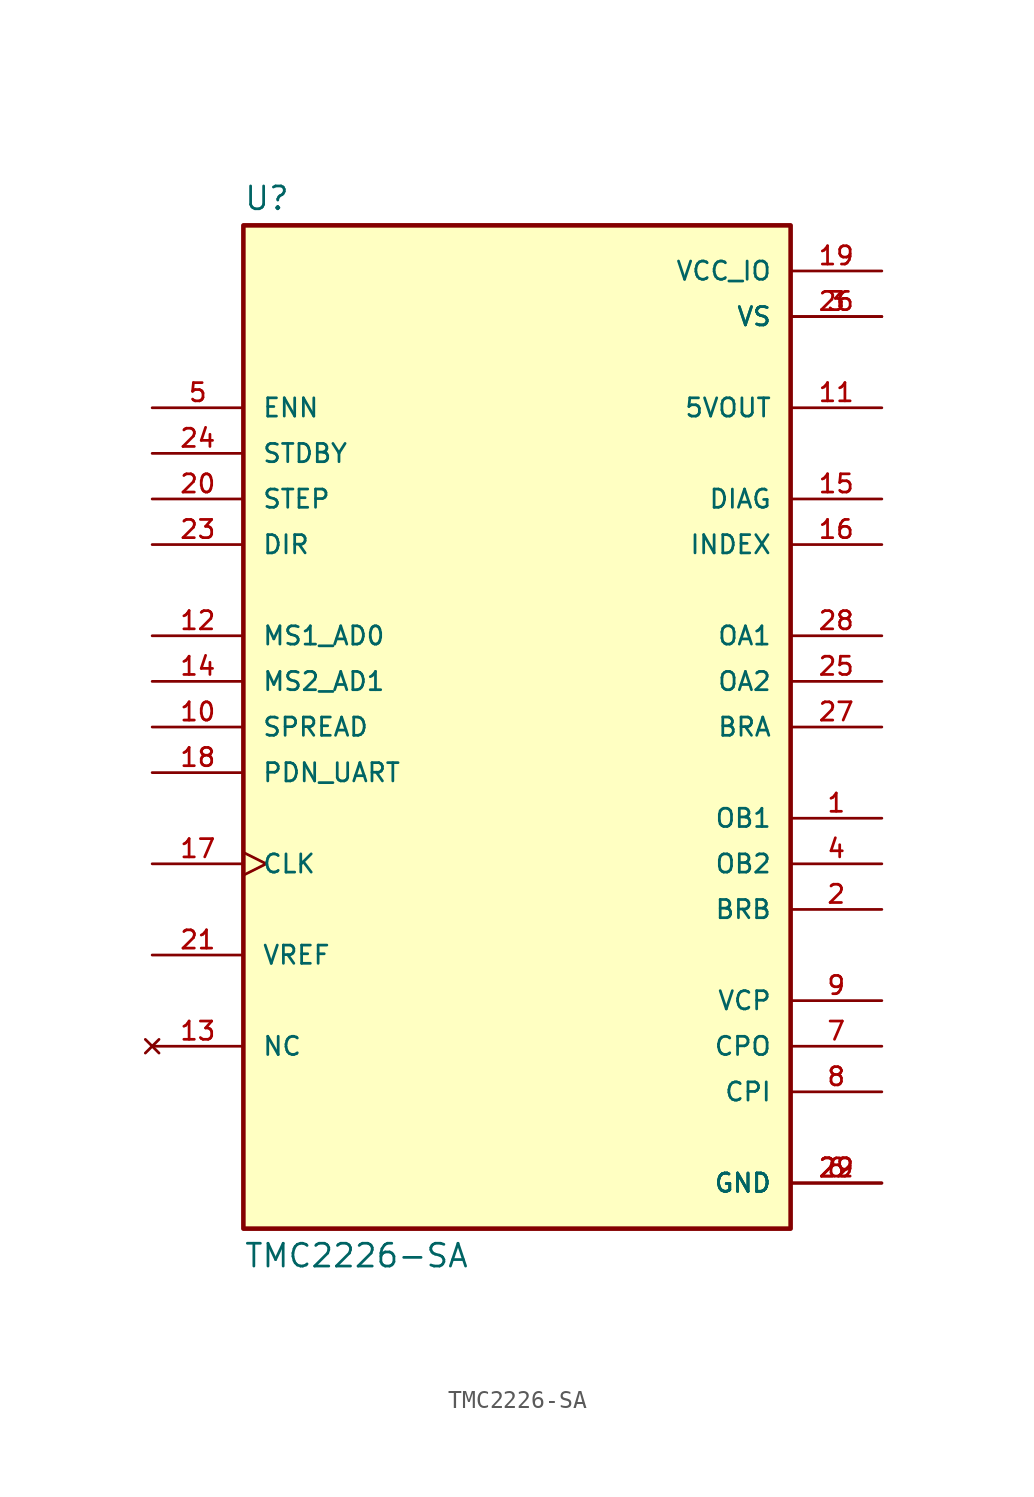
<source format=kicad_sym>
(kicad_symbol_lib
  (version 20211014)
  (generator kicad_symbol_editor)
  (symbol "TMC2226-SA"
    (pin_names
      (offset 1.016))
    (property "Reference" "U"
      (at -15.24 28.702 0)
      (effects (font (size 1.27 1.27)) (justify bottom left)))
    (property "Value" "TMC2226-SA"
      (at -15.24 -28.702 0)
      (effects (font (size 1.27 1.27)) (justify top left)))
    (symbol "TMC2226-SA_0_0"
      (rectangle (start -15.24 -27.94) (end 15.24 27.94) (stroke (width 0.254)) (fill (type background)))
      (pin power_in line (at 20.32 25.4 180.0) (length 5.08) (name "VCC_IO" (effects (font (size 1.016 1.016)))) (number "19" (effects (font (size 1.016 1.016)))))
      (pin power_in line (at 20.32 22.86 180.0) (length 5.08) (name "VS" (effects (font (size 1.016 1.016)))) (number "3" (effects (font (size 1.016 1.016)))))
      (pin power_in line (at 20.32 22.86 180.0) (length 5.08) (name "VS" (effects (font (size 1.016 1.016)))) (number "26" (effects (font (size 1.016 1.016)))))
      (pin input clock (at -20.32 -7.62 0) (length 5.08) (name "CLK" (effects (font (size 1.016 1.016)))) (number "17" (effects (font (size 1.016 1.016)))))
      (pin input line (at -20.32 10.16 0) (length 5.08) (name "DIR" (effects (font (size 1.016 1.016)))) (number "23" (effects (font (size 1.016 1.016)))))
      (pin input line (at -20.32 17.78 0) (length 5.08) (name "ENN" (effects (font (size 1.016 1.016)))) (number "5" (effects (font (size 1.016 1.016)))))
      (pin input line (at -20.32 5.08 0) (length 5.08) (name "MS1_AD0" (effects (font (size 1.016 1.016)))) (number "12" (effects (font (size 1.016 1.016)))))
      (pin input line (at -20.32 2.54 0) (length 5.08) (name "MS2_AD1" (effects (font (size 1.016 1.016)))) (number "14" (effects (font (size 1.016 1.016)))))
      (pin input line (at -20.32 0.0 0) (length 5.08) (name "SPREAD" (effects (font (size 1.016 1.016)))) (number "10" (effects (font (size 1.016 1.016)))))
      (pin input line (at -20.32 15.24 0) (length 5.08) (name "STDBY" (effects (font (size 1.016 1.016)))) (number "24" (effects (font (size 1.016 1.016)))))
      (pin input line (at -20.32 12.7 0) (length 5.08) (name "STEP" (effects (font (size 1.016 1.016)))) (number "20" (effects (font (size 1.016 1.016)))))
      (pin input line (at -20.32 -12.7 0) (length 5.08) (name "VREF" (effects (font (size 1.016 1.016)))) (number "21" (effects (font (size 1.016 1.016)))))
      (pin bidirectional line (at -20.32 -2.54 0) (length 5.08) (name "PDN_UART" (effects (font (size 1.016 1.016)))) (number "18" (effects (font (size 1.016 1.016)))))
      (pin passive line (at 20.32 0.0 180.0) (length 5.08) (name "BRA" (effects (font (size 1.016 1.016)))) (number "27" (effects (font (size 1.016 1.016)))))
      (pin passive line (at 20.32 -10.16 180.0) (length 5.08) (name "BRB" (effects (font (size 1.016 1.016)))) (number "2" (effects (font (size 1.016 1.016)))))
      (pin passive line (at 20.32 -20.32 180.0) (length 5.08) (name "CPI" (effects (font (size 1.016 1.016)))) (number "8" (effects (font (size 1.016 1.016)))))
      (pin passive line (at 20.32 -17.78 180.0) (length 5.08) (name "CPO" (effects (font (size 1.016 1.016)))) (number "7" (effects (font (size 1.016 1.016)))))
      (pin passive line (at 20.32 -15.24 180.0) (length 5.08) (name "VCP" (effects (font (size 1.016 1.016)))) (number "9" (effects (font (size 1.016 1.016)))))
      (pin output line (at 20.32 17.78 180.0) (length 5.08) (name "5VOUT" (effects (font (size 1.016 1.016)))) (number "11" (effects (font (size 1.016 1.016)))))
      (pin output line (at 20.32 12.7 180.0) (length 5.08) (name "DIAG" (effects (font (size 1.016 1.016)))) (number "15" (effects (font (size 1.016 1.016)))))
      (pin output line (at 20.32 10.16 180.0) (length 5.08) (name "INDEX" (effects (font (size 1.016 1.016)))) (number "16" (effects (font (size 1.016 1.016)))))
      (pin output line (at 20.32 5.08 180.0) (length 5.08) (name "OA1" (effects (font (size 1.016 1.016)))) (number "28" (effects (font (size 1.016 1.016)))))
      (pin output line (at 20.32 2.54 180.0) (length 5.08) (name "OA2" (effects (font (size 1.016 1.016)))) (number "25" (effects (font (size 1.016 1.016)))))
      (pin output line (at 20.32 -5.08 180.0) (length 5.08) (name "OB1" (effects (font (size 1.016 1.016)))) (number "1" (effects (font (size 1.016 1.016)))))
      (pin output line (at 20.32 -7.62 180.0) (length 5.08) (name "OB2" (effects (font (size 1.016 1.016)))) (number "4" (effects (font (size 1.016 1.016)))))
      (pin no_connect line (at -20.32 -17.78 0) (length 5.08) (name "NC" (effects (font (size 1.016 1.016)))) (number "13" (effects (font (size 1.016 1.016)))))
      (pin power_in line (at 20.32 -25.4 180.0) (length 5.08) (name "GND" (effects (font (size 1.016 1.016)))) (number "6" (effects (font (size 1.016 1.016)))))
      (pin power_in line (at 20.32 -25.4 180.0) (length 5.08) (name "GND" (effects (font (size 1.016 1.016)))) (number "22" (effects (font (size 1.016 1.016)))))
      (pin power_in line (at 20.32 -25.4 180.0) (length 5.08) (name "GND" (effects (font (size 1.016 1.016)))) (number "29" (effects (font (size 1.016 1.016))))))))
</source>
